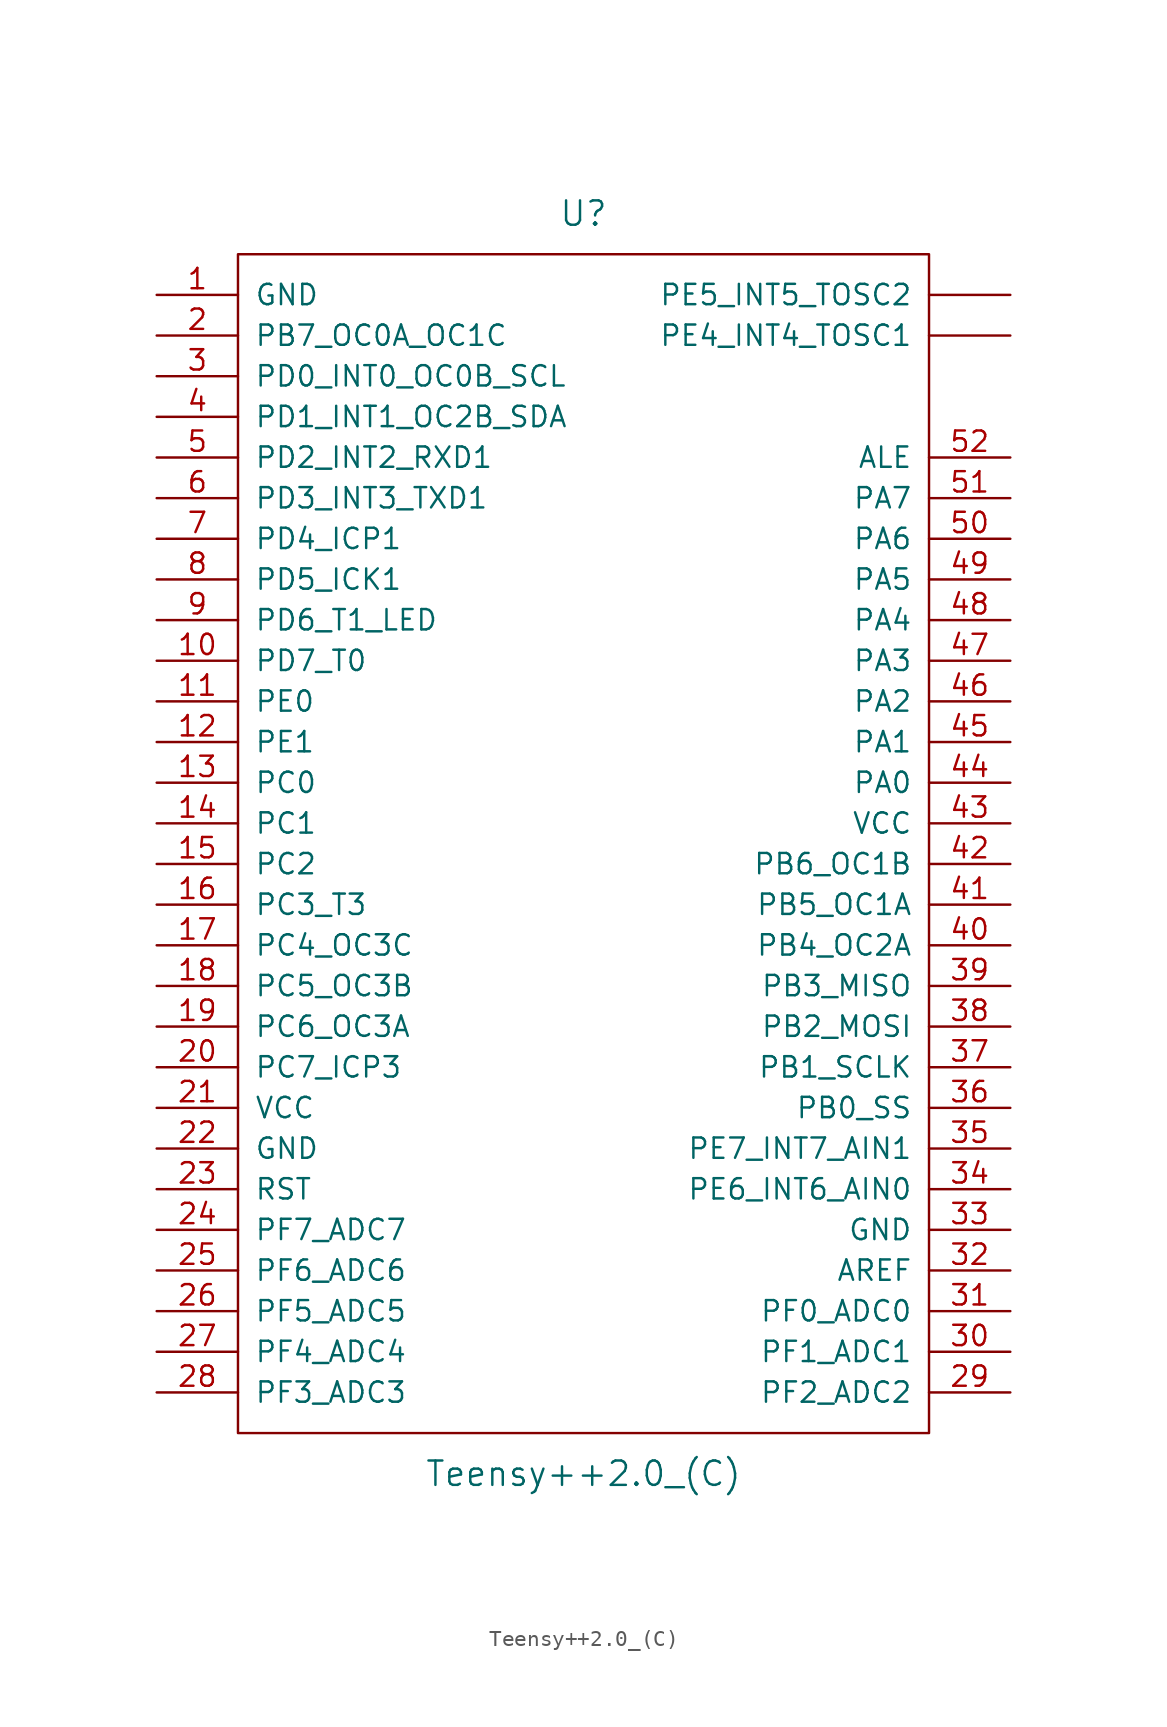
<source format=kicad_sym>
(kicad_symbol_lib
  (version 20220914)
  (generator kicad_symbol_editor)
  (symbol "Teensy++2.0_(C)"
    (pin_names
      (offset 1.016))
    (property "Reference" "U"
      (at 0 39.37 0)
      (effects (font (size 1.524 1.524))))
    (property "Value" "Teensy++2.0_(C)"
      (at 0 -39.37 0)
      (effects (font (size 1.524 1.524))))
    (property "Footprint" ""
      (at 2.54 -21.59 0)
      (effects (font (size 1.524 1.524))))
    (property "Datasheet" ""
      (at 2.54 -21.59 0)
      (effects (font (size 1.524 1.524))))
    (symbol "Teensy++2.0_(C)_0_1"
      (rectangle (start -21.59 36.83) (end 21.59 -36.83) (stroke (width 0) (type solid)) (fill (type none))))
    (symbol "Teensy++2.0_(C)_1_1"
      (pin power_in line (at -26.67 34.29 0) (length 5.08) (name "GND" (effects (font (size 1.27 1.27)))) (number "1" (effects (font (size 1.27 1.27)))))
      (pin bidirectional line (at -26.67 11.43 0) (length 5.08) (name "PD7_T0" (effects (font (size 1.27 1.27)))) (number "10" (effects (font (size 1.27 1.27)))))
      (pin bidirectional line (at -26.67 8.89 0) (length 5.08) (name "PE0" (effects (font (size 1.27 1.27)))) (number "11" (effects (font (size 1.27 1.27)))))
      (pin bidirectional line (at -26.67 6.35 0) (length 5.08) (name "PE1" (effects (font (size 1.27 1.27)))) (number "12" (effects (font (size 1.27 1.27)))))
      (pin bidirectional line (at -26.67 3.81 0) (length 5.08) (name "PC0" (effects (font (size 1.27 1.27)))) (number "13" (effects (font (size 1.27 1.27)))))
      (pin bidirectional line (at -26.67 1.27 0) (length 5.08) (name "PC1" (effects (font (size 1.27 1.27)))) (number "14" (effects (font (size 1.27 1.27)))))
      (pin bidirectional line (at -26.67 -1.27 0) (length 5.08) (name "PC2" (effects (font (size 1.27 1.27)))) (number "15" (effects (font (size 1.27 1.27)))))
      (pin bidirectional line (at -26.67 -3.81 0) (length 5.08) (name "PC3_T3" (effects (font (size 1.27 1.27)))) (number "16" (effects (font (size 1.27 1.27)))))
      (pin bidirectional line (at -26.67 -6.35 0) (length 5.08) (name "PC4_OC3C" (effects (font (size 1.27 1.27)))) (number "17" (effects (font (size 1.27 1.27)))))
      (pin bidirectional line (at -26.67 -8.89 0) (length 5.08) (name "PC5_OC3B" (effects (font (size 1.27 1.27)))) (number "18" (effects (font (size 1.27 1.27)))))
      (pin bidirectional line (at -26.67 -11.43 0) (length 5.08) (name "PC6_OC3A" (effects (font (size 1.27 1.27)))) (number "19" (effects (font (size 1.27 1.27)))))
      (pin bidirectional line (at -26.67 31.75 0) (length 5.08) (name "PB7_OC0A_OC1C" (effects (font (size 1.27 1.27)))) (number "2" (effects (font (size 1.27 1.27)))))
      (pin bidirectional line (at -26.67 -13.97 0) (length 5.08) (name "PC7_ICP3" (effects (font (size 1.27 1.27)))) (number "20" (effects (font (size 1.27 1.27)))))
      (pin power_in line (at -26.67 -16.51 0) (length 5.08) (name "VCC" (effects (font (size 1.27 1.27)))) (number "21" (effects (font (size 1.27 1.27)))))
      (pin power_in line (at -26.67 -19.05 0) (length 5.08) (name "GND" (effects (font (size 1.27 1.27)))) (number "22" (effects (font (size 1.27 1.27)))))
      (pin input line (at -26.67 -21.59 0) (length 5.08) (name "RST" (effects (font (size 1.27 1.27)))) (number "23" (effects (font (size 1.27 1.27)))))
      (pin bidirectional line (at -26.67 -24.13 0) (length 5.08) (name "PF7_ADC7" (effects (font (size 1.27 1.27)))) (number "24" (effects (font (size 1.27 1.27)))))
      (pin bidirectional line (at -26.67 -26.67 0) (length 5.08) (name "PF6_ADC6" (effects (font (size 1.27 1.27)))) (number "25" (effects (font (size 1.27 1.27)))))
      (pin bidirectional line (at -26.67 -29.21 0) (length 5.08) (name "PF5_ADC5" (effects (font (size 1.27 1.27)))) (number "26" (effects (font (size 1.27 1.27)))))
      (pin bidirectional line (at -26.67 -31.75 0) (length 5.08) (name "PF4_ADC4" (effects (font (size 1.27 1.27)))) (number "27" (effects (font (size 1.27 1.27)))))
      (pin bidirectional line (at -26.67 -34.29 0) (length 5.08) (name "PF3_ADC3" (effects (font (size 1.27 1.27)))) (number "28" (effects (font (size 1.27 1.27)))))
      (pin bidirectional line (at 26.67 -34.29 180) (length 5.08) (name "PF2_ADC2" (effects (font (size 1.27 1.27)))) (number "29" (effects (font (size 1.27 1.27)))))
      (pin bidirectional line (at -26.67 29.21 0) (length 5.08) (name "PD0_INT0_OC0B_SCL" (effects (font (size 1.27 1.27)))) (number "3" (effects (font (size 1.27 1.27)))))
      (pin bidirectional line (at 26.67 -31.75 180) (length 5.08) (name "PF1_ADC1" (effects (font (size 1.27 1.27)))) (number "30" (effects (font (size 1.27 1.27)))))
      (pin bidirectional line (at 26.67 -29.21 180) (length 5.08) (name "PF0_ADC0" (effects (font (size 1.27 1.27)))) (number "31" (effects (font (size 1.27 1.27)))))
      (pin input line (at 26.67 -26.67 180) (length 5.08) (name "AREF" (effects (font (size 1.27 1.27)))) (number "32" (effects (font (size 1.27 1.27)))))
      (pin power_in line (at 26.67 -24.13 180) (length 5.08) (name "GND" (effects (font (size 1.27 1.27)))) (number "33" (effects (font (size 1.27 1.27)))))
      (pin bidirectional line (at 26.67 -21.59 180) (length 5.08) (name "PE6_INT6_AIN0" (effects (font (size 1.27 1.27)))) (number "34" (effects (font (size 1.27 1.27)))))
      (pin bidirectional line (at 26.67 -19.05 180) (length 5.08) (name "PE7_INT7_AIN1" (effects (font (size 1.27 1.27)))) (number "35" (effects (font (size 1.27 1.27)))))
      (pin bidirectional line (at 26.67 -16.51 180) (length 5.08) (name "PB0_SS" (effects (font (size 1.27 1.27)))) (number "36" (effects (font (size 1.27 1.27)))))
      (pin bidirectional line (at 26.67 -13.97 180) (length 5.08) (name "PB1_SCLK" (effects (font (size 1.27 1.27)))) (number "37" (effects (font (size 1.27 1.27)))))
      (pin bidirectional line (at 26.67 -11.43 180) (length 5.08) (name "PB2_MOSI" (effects (font (size 1.27 1.27)))) (number "38" (effects (font (size 1.27 1.27)))))
      (pin bidirectional line (at 26.67 -8.89 180) (length 5.08) (name "PB3_MISO" (effects (font (size 1.27 1.27)))) (number "39" (effects (font (size 1.27 1.27)))))
      (pin bidirectional line (at -26.67 26.67 0) (length 5.08) (name "PD1_INT1_OC2B_SDA" (effects (font (size 1.27 1.27)))) (number "4" (effects (font (size 1.27 1.27)))))
      (pin bidirectional line (at 26.67 -6.35 180) (length 5.08) (name "PB4_OC2A" (effects (font (size 1.27 1.27)))) (number "40" (effects (font (size 1.27 1.27)))))
      (pin bidirectional line (at 26.67 -3.81 180) (length 5.08) (name "PB5_OC1A" (effects (font (size 1.27 1.27)))) (number "41" (effects (font (size 1.27 1.27)))))
      (pin bidirectional line (at 26.67 -1.27 180) (length 5.08) (name "PB6_OC1B" (effects (font (size 1.27 1.27)))) (number "42" (effects (font (size 1.27 1.27)))))
      (pin power_in line (at 26.67 1.27 180) (length 5.08) (name "VCC" (effects (font (size 1.27 1.27)))) (number "43" (effects (font (size 1.27 1.27)))))
      (pin bidirectional line (at 26.67 3.81 180) (length 5.08) (name "PA0" (effects (font (size 1.27 1.27)))) (number "44" (effects (font (size 1.27 1.27)))))
      (pin bidirectional line (at 26.67 6.35 180) (length 5.08) (name "PA1" (effects (font (size 1.27 1.27)))) (number "45" (effects (font (size 1.27 1.27)))))
      (pin bidirectional line (at 26.67 8.89 180) (length 5.08) (name "PA2" (effects (font (size 1.27 1.27)))) (number "46" (effects (font (size 1.27 1.27)))))
      (pin bidirectional line (at 26.67 11.43 180) (length 5.08) (name "PA3" (effects (font (size 1.27 1.27)))) (number "47" (effects (font (size 1.27 1.27)))))
      (pin bidirectional line (at 26.67 13.97 180) (length 5.08) (name "PA4" (effects (font (size 1.27 1.27)))) (number "48" (effects (font (size 1.27 1.27)))))
      (pin bidirectional line (at 26.67 16.51 180) (length 5.08) (name "PA5" (effects (font (size 1.27 1.27)))) (number "49" (effects (font (size 1.27 1.27)))))
      (pin bidirectional line (at -26.67 24.13 0) (length 5.08) (name "PD2_INT2_RXD1" (effects (font (size 1.27 1.27)))) (number "5" (effects (font (size 1.27 1.27)))))
      (pin bidirectional line (at 26.67 19.05 180) (length 5.08) (name "PA6" (effects (font (size 1.27 1.27)))) (number "50" (effects (font (size 1.27 1.27)))))
      (pin bidirectional line (at 26.67 21.59 180) (length 5.08) (name "PA7" (effects (font (size 1.27 1.27)))) (number "51" (effects (font (size 1.27 1.27)))))
      (pin input line (at 26.67 24.13 180) (length 5.08) (name "ALE" (effects (font (size 1.27 1.27)))) (number "52" (effects (font (size 1.27 1.27)))))
      (pin bidirectional line (at -26.67 21.59 0) (length 5.08) (name "PD3_INT3_TXD1" (effects (font (size 1.27 1.27)))) (number "6" (effects (font (size 1.27 1.27)))))
      (pin bidirectional line (at -26.67 19.05 0) (length 5.08) (name "PD4_ICP1" (effects (font (size 1.27 1.27)))) (number "7" (effects (font (size 1.27 1.27)))))
      (pin bidirectional line (at -26.67 16.51 0) (length 5.08) (name "PD5_ICK1" (effects (font (size 1.27 1.27)))) (number "8" (effects (font (size 1.27 1.27)))))
      (pin bidirectional line (at -26.67 13.97 0) (length 5.08) (name "PD6_T1_LED" (effects (font (size 1.27 1.27)))) (number "9" (effects (font (size 1.27 1.27)))))
      (pin bidirectional line (at 26.67 31.75 180) (length 5.08) (name "PE4_INT4_TOSC1" (effects (font (size 1.27 1.27)))) (number "~" (effects (font (size 1.27 1.27)))))
      (pin bidirectional line (at 26.67 34.29 180) (length 5.08) (name "PE5_INT5_TOSC2" (effects (font (size 1.27 1.27)))) (number "~" (effects (font (size 1.27 1.27))))))))
</source>
